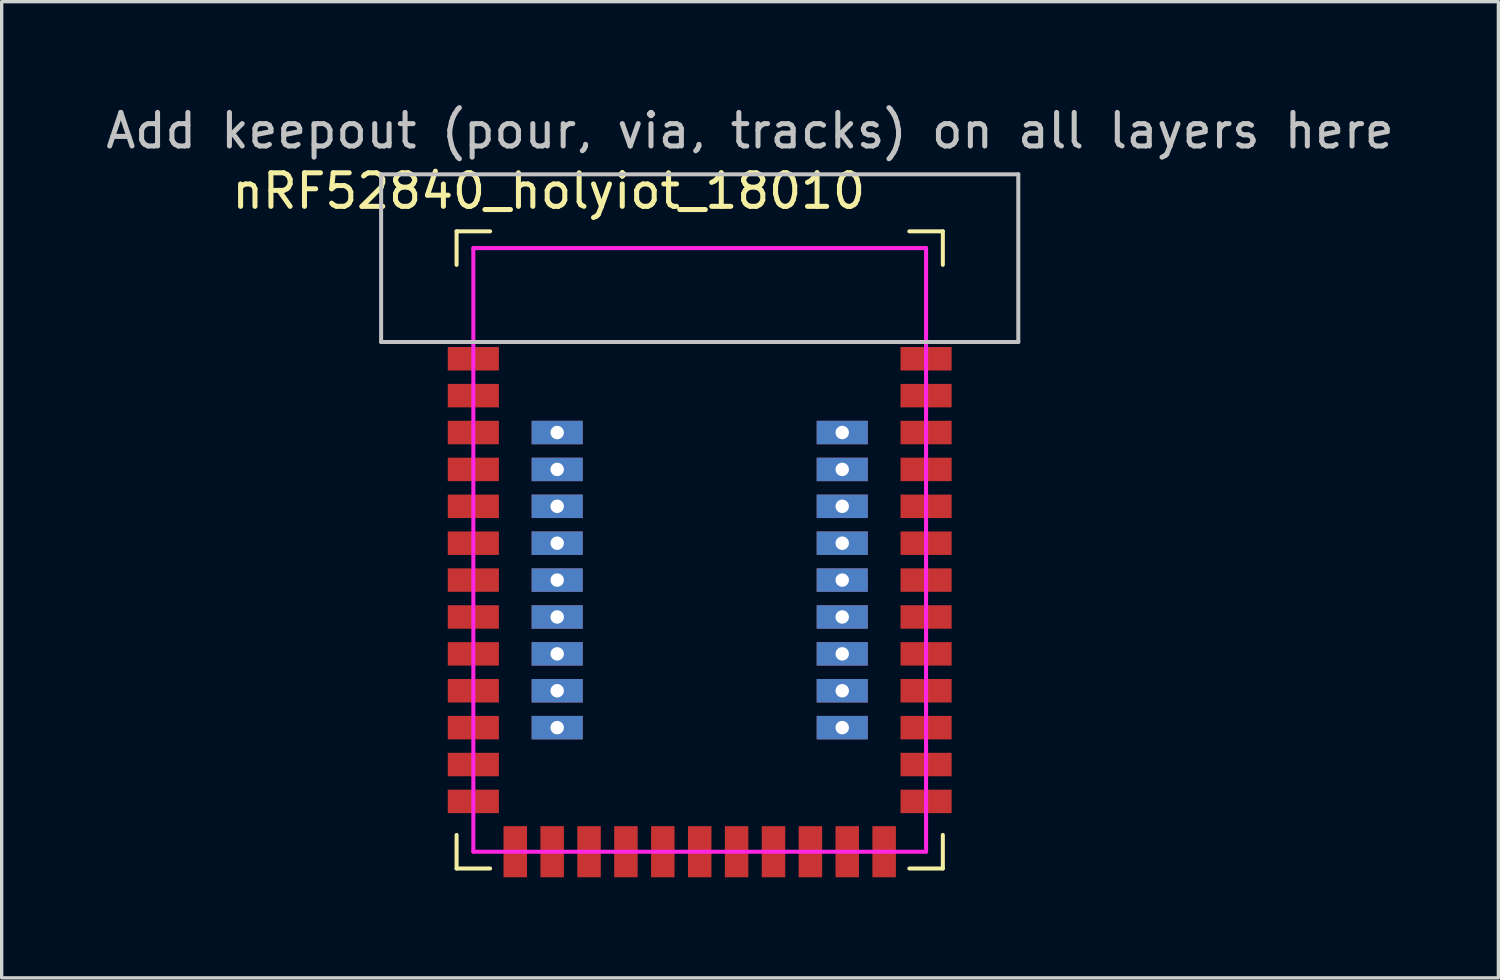
<source format=kicad_pcb>
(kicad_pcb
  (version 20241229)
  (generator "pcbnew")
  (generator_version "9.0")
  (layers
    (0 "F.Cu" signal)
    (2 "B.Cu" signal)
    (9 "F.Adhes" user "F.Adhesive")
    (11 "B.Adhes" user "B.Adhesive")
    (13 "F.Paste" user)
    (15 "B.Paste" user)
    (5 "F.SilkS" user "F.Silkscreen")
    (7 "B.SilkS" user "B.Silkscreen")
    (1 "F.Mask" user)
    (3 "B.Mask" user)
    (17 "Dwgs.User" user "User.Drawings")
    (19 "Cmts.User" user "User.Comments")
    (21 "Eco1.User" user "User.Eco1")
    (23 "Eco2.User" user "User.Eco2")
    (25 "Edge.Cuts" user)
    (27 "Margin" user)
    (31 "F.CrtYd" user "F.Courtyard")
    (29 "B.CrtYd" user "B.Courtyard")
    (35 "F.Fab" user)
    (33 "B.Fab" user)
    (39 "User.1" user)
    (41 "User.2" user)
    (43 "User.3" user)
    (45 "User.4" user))
  (footprint "nRF52840_holyiot_18010"
    (layer "F.Cu")
    (at 17.815 13.348)
    (property "Reference" "nRF52840_holyiot_18010" (at -4.5 -10.7 0) (layer "F.SilkS") (effects (font (size 1 1) (thickness 0.15))))
    (attr through_hole)
    (fp_line (start -7.25 -9.5) (end -7.25 -8.5) (stroke (width 0.12) (type solid)) (layer "F.SilkS"))
    (fp_line (start -7.25 -9.5) (end -6.25 -9.5) (stroke (width 0.12) (type solid)) (layer "F.SilkS"))
    (fp_line (start -7.25 8.5) (end -7.25 9.5) (stroke (width 0.12) (type solid)) (layer "F.SilkS"))
    (fp_line (start -6.25 9.5) (end -7.25 9.5) (stroke (width 0.12) (type solid)) (layer "F.SilkS"))
    (fp_line (start 6.25 -9.5) (end 7.25 -9.5) (stroke (width 0.12) (type solid)) (layer "F.SilkS"))
    (fp_line (start 6.25 9.5) (end 7.25 9.5) (stroke (width 0.12) (type solid)) (layer "F.SilkS"))
    (fp_line (start 7.25 -9.5) (end 7.25 -8.5) (stroke (width 0.12) (type solid)) (layer "F.SilkS"))
    (fp_line (start 7.25 8.5) (end 7.25 9.5) (stroke (width 0.12) (type solid)) (layer "F.SilkS"))
    (fp_line (start -9.5 -11.2) (end 9.5 -11.2) (stroke (width 0.12) (type solid)) (layer "Dwgs.User"))
    (fp_line (start -9.5 -6.2) (end -9.5 -11.2) (stroke (width 0.12) (type solid)) (layer "Dwgs.User"))
    (fp_line (start 9.5 -11.2) (end 9.5 -6.2) (stroke (width 0.12) (type solid)) (layer "Dwgs.User"))
    (fp_line (start 9.5 -6.2) (end -9.5 -6.2) (stroke (width 0.12) (type solid)) (layer "Dwgs.User"))
    (fp_line (start -6.75 -9) (end 6.75 -9) (stroke (width 0.12) (type solid)) (layer "F.CrtYd"))
    (fp_line (start -6.75 9) (end -6.75 -9) (stroke (width 0.12) (type solid)) (layer "F.CrtYd"))
    (fp_line (start 6.75 -9) (end 6.75 9) (stroke (width 0.12) (type solid)) (layer "F.CrtYd"))
    (fp_line (start 6.75 9) (end -6.75 9) (stroke (width 0.12) (type solid)) (layer "F.CrtYd"))
    (fp_text user "Add keepout (pour, via, tracks) on all layers here" (at 1.5 -12.5 0) (layer "Dwgs.User") (effects (font (size 1 1) (thickness 0.15))))
    (pad "1" smd rect (at -6.75 -5.7) (size 1.524 0.7) (layers "F.Cu" "F.Mask" "F.Paste"))
    (pad "2" smd rect (at -6.75 -4.6) (size 1.524 0.7) (layers "F.Cu" "F.Mask" "F.Paste"))
    (pad "3" smd rect (at -6.75 -3.5) (size 1.524 0.7) (layers "F.Cu" "F.Mask" "F.Paste"))
    (pad "4" smd rect (at -6.75 -2.4) (size 1.524 0.7) (layers "F.Cu" "F.Mask" "F.Paste"))
    (pad "5" smd rect (at -6.75 -1.3) (size 1.524 0.7) (layers "F.Cu" "F.Mask" "F.Paste"))
    (pad "6" smd rect (at -6.75 -0.2) (size 1.524 0.7) (layers "F.Cu" "F.Mask" "F.Paste"))
    (pad "7" smd rect (at -6.75 0.9) (size 1.524 0.7) (layers "F.Cu" "F.Mask" "F.Paste"))
    (pad "8" smd rect (at -6.75 2) (size 1.524 0.7) (layers "F.Cu" "F.Mask" "F.Paste"))
    (pad "9" smd rect (at -6.75 3.1) (size 1.524 0.7) (layers "F.Cu" "F.Mask" "F.Paste"))
    (pad "10" smd rect (at -6.75 4.2) (size 1.524 0.7) (layers "F.Cu" "F.Mask" "F.Paste"))
    (pad "11" smd rect (at -6.75 5.3) (size 1.524 0.7) (layers "F.Cu" "F.Mask" "F.Paste"))
    (pad "12" smd rect (at -6.75 6.4) (size 1.524 0.7) (layers "F.Cu" "F.Mask" "F.Paste"))
    (pad "13" smd rect (at -6.75 7.5) (size 1.524 0.7) (layers "F.Cu" "F.Mask" "F.Paste"))
    (pad "14" smd rect (at -5.5 9 90) (size 1.524 0.7) (layers "F.Cu" "F.Mask" "F.Paste"))
    (pad "15" smd rect (at -4.4 9 90) (size 1.524 0.7) (layers "F.Cu" "F.Mask" "F.Paste"))
    (pad "16" smd rect (at -3.3 9 90) (size 1.524 0.7) (layers "F.Cu" "F.Mask" "F.Paste"))
    (pad "17" smd rect (at -2.2 9 90) (size 1.524 0.7) (layers "F.Cu" "F.Mask" "F.Paste"))
    (pad "18" smd rect (at -1.1 9 90) (size 1.524 0.7) (layers "F.Cu" "F.Mask" "F.Paste"))
    (pad "19" smd rect (at 0 9 90) (size 1.524 0.7) (layers "F.Cu" "F.Mask" "F.Paste"))
    (pad "20" smd rect (at 1.1 9 90) (size 1.524 0.7) (layers "F.Cu" "F.Mask" "F.Paste"))
    (pad "21" smd rect (at 2.2 9 90) (size 1.524 0.7) (layers "F.Cu" "F.Mask" "F.Paste"))
    (pad "22" smd rect (at 3.3 9 90) (size 1.524 0.7) (layers "F.Cu" "F.Mask" "F.Paste"))
    (pad "23" smd rect (at 4.4 9 90) (size 1.524 0.7) (layers "F.Cu" "F.Mask" "F.Paste"))
    (pad "24" smd rect (at 5.5 9 90) (size 1.524 0.7) (layers "F.Cu" "F.Mask" "F.Paste"))
    (pad "25" smd rect (at 6.75 7.5 180) (size 1.524 0.7) (layers "F.Cu" "F.Mask" "F.Paste"))
    (pad "26" smd rect (at 6.75 6.4 180) (size 1.524 0.7) (layers "F.Cu" "F.Mask" "F.Paste"))
    (pad "27" smd rect (at 6.75 5.3 180) (size 1.524 0.7) (layers "F.Cu" "F.Mask" "F.Paste"))
    (pad "28" smd rect (at 6.75 4.2 180) (size 1.524 0.7) (layers "F.Cu" "F.Mask" "F.Paste"))
    (pad "29" smd rect (at 6.75 3.1 180) (size 1.524 0.7) (layers "F.Cu" "F.Mask" "F.Paste"))
    (pad "30" smd rect (at 6.75 2 180) (size 1.524 0.7) (layers "F.Cu" "F.Mask" "F.Paste"))
    (pad "31" smd rect (at 6.75 0.9 180) (size 1.524 0.7) (layers "F.Cu" "F.Mask" "F.Paste"))
    (pad "32" smd rect (at 6.75 -0.2 180) (size 1.524 0.7) (layers "F.Cu" "F.Mask" "F.Paste"))
    (pad "33" smd rect (at 6.75 -1.3 180) (size 1.524 0.7) (layers "F.Cu" "F.Mask" "F.Paste"))
    (pad "34" smd rect (at 6.75 -2.4 180) (size 1.524 0.7) (layers "F.Cu" "F.Mask" "F.Paste"))
    (pad "35" smd rect (at 6.75 -3.5 180) (size 1.524 0.7) (layers "F.Cu" "F.Mask" "F.Paste"))
    (pad "36" smd rect (at 6.75 -4.6 180) (size 1.524 0.7) (layers "F.Cu" "F.Mask" "F.Paste"))
    (pad "37" smd rect (at 6.75 -5.7 180) (size 1.524 0.7) (layers "F.Cu" "F.Mask" "F.Paste"))
    (pad "38" thru_hole rect (at -4.25 -3.5 180) (size 1.524 0.7) (drill 0.4) (layers "*.Cu" "*.Mask"))
    (pad "39" thru_hole rect (at -4.25 -2.4 180) (size 1.524 0.7) (drill 0.4) (layers "*.Cu" "*.Mask"))
    (pad "40" thru_hole rect (at -4.25 -1.3 180) (size 1.524 0.7) (drill 0.4) (layers "*.Cu" "*.Mask"))
    (pad "41" thru_hole rect (at -4.25 -0.2 180) (size 1.524 0.7) (drill 0.4) (layers "*.Cu" "*.Mask"))
    (pad "42" thru_hole rect (at -4.25 0.9 180) (size 1.524 0.7) (drill 0.4) (layers "*.Cu" "*.Mask"))
    (pad "43" thru_hole rect (at -4.25 2 180) (size 1.524 0.7) (drill 0.4) (layers "*.Cu" "*.Mask"))
    (pad "44" thru_hole rect (at -4.25 3.1 180) (size 1.524 0.7) (drill 0.4) (layers "*.Cu" "*.Mask"))
    (pad "45" thru_hole rect (at -4.25 4.2 180) (size 1.524 0.7) (drill 0.4) (layers "*.Cu" "*.Mask"))
    (pad "46" thru_hole rect (at -4.25 5.3 180) (size 1.524 0.7) (drill 0.4) (layers "*.Cu" "*.Mask"))
    (pad "47" thru_hole rect (at 4.25 -3.5 180) (size 1.524 0.7) (drill 0.4) (layers "*.Cu" "*.Mask"))
    (pad "48" thru_hole rect (at 4.25 -2.4 180) (size 1.524 0.7) (drill 0.4) (layers "*.Cu" "*.Mask"))
    (pad "49" thru_hole rect (at 4.25 -1.3 180) (size 1.524 0.7) (drill 0.4) (layers "*.Cu" "*.Mask"))
    (pad "50" thru_hole rect (at 4.25 -0.2 180) (size 1.524 0.7) (drill 0.4) (layers "*.Cu" "*.Mask"))
    (pad "51" thru_hole rect (at 4.25 0.9 180) (size 1.524 0.7) (drill 0.4) (layers "*.Cu" "*.Mask"))
    (pad "52" thru_hole rect (at 4.25 2 180) (size 1.524 0.7) (drill 0.4) (layers "*.Cu" "*.Mask"))
    (pad "53" thru_hole rect (at 4.25 3.1 180) (size 1.524 0.7) (drill 0.4) (layers "*.Cu" "*.Mask"))
    (pad "54" thru_hole rect (at 4.25 4.2 180) (size 1.524 0.7) (drill 0.4) (layers "*.Cu" "*.Mask"))
    (pad "55" thru_hole rect (at 4.25 5.3 180) (size 1.524 0.7) (drill 0.4) (layers "*.Cu" "*.Mask")))
  (gr_rect
    (start -3 -3)
    (end 41.631 26.11)
    (stroke (width 0.1) (type default))
    (fill no)
    (layer "Edge.Cuts")))
</source>
